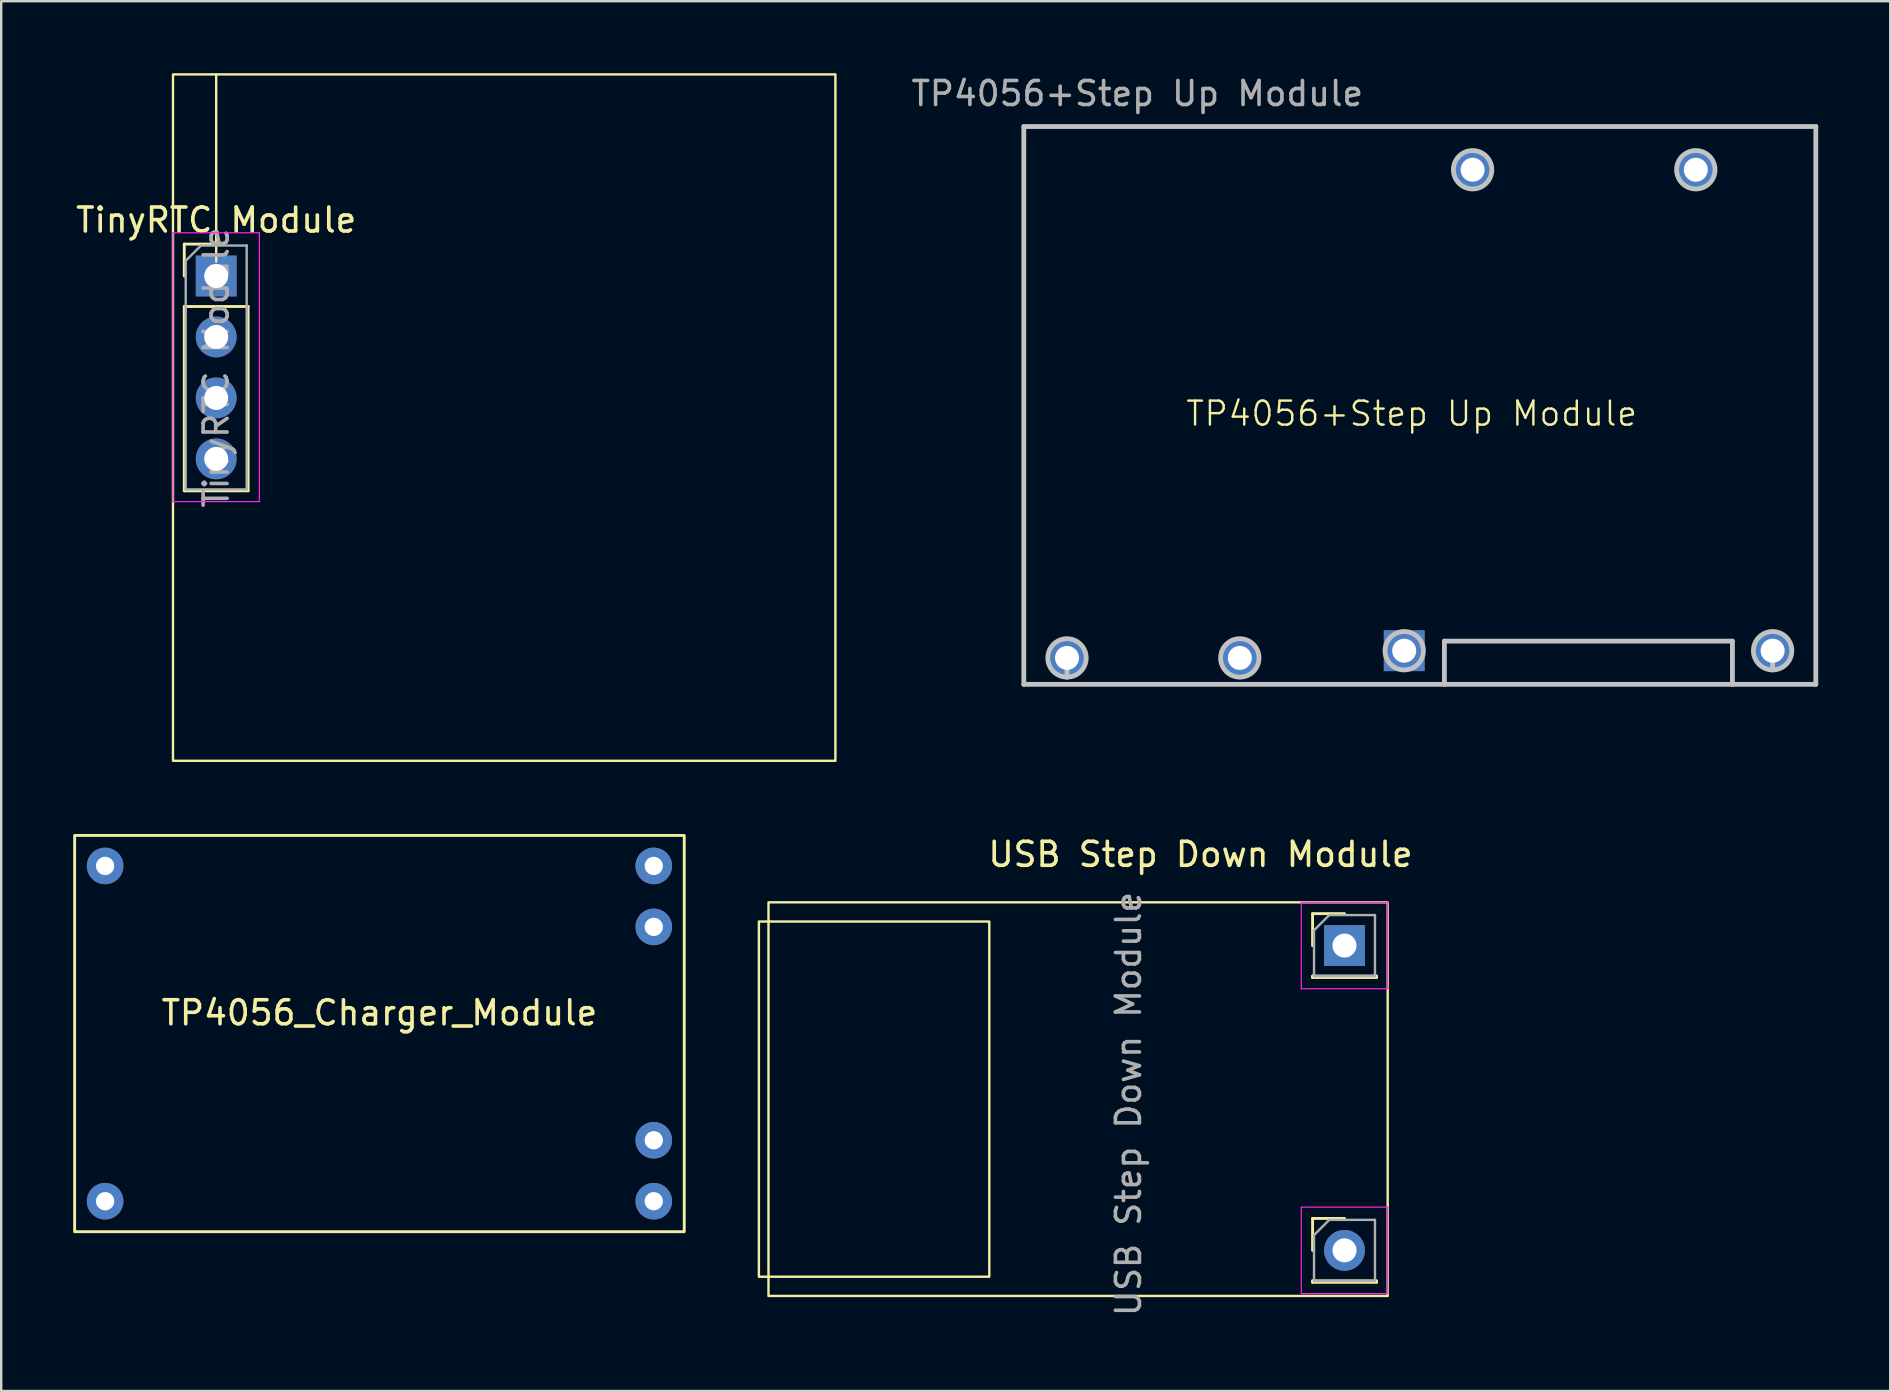
<source format=kicad_pcb>
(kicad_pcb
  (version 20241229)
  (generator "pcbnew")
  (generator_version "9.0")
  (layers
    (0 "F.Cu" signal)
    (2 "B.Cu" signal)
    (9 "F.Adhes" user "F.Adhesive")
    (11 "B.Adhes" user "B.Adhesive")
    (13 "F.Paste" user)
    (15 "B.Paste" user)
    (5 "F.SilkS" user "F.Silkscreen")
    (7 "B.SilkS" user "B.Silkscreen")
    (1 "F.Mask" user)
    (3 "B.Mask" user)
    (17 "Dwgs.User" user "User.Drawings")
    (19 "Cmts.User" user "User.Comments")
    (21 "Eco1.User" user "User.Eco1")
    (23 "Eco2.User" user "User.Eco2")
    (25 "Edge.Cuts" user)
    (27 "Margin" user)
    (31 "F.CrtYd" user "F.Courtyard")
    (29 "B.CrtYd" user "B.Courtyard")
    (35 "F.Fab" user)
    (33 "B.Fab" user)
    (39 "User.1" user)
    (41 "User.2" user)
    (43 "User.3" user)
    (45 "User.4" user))
  (footprint "TP4056+Step Up Module"
    (layer "F.Cu")
    (at 55.768 14.183)
    (property "Reference" "TP4056+Step Up Module" (at 0 0 0) (unlocked yes) (layer "F.SilkS") (effects (font (size 1 1) (thickness 0.1))))
    (attr through_hole)
    (fp_line (start -16.16 -11.96) (end -16.16 11.28) (stroke (width 0.2) (type solid)) (layer "Dwgs.User"))
    (fp_line (start -16.16 -11.96) (end 16.84 -11.96) (stroke (width 0.2) (type solid)) (layer "Dwgs.User"))
    (fp_line (start -16.16 11.28) (end 16.84 11.28) (stroke (width 0.2) (type solid)) (layer "Dwgs.User"))
    (fp_line (start -14.36 10.18) (end -14.36 10.98) (stroke (width 0.2) (type solid)) (layer "Dwgs.User"))
    (fp_line (start 1.365 9.48) (end 1.365 11.28) (stroke (width 0.2) (type solid)) (layer "Dwgs.User"))
    (fp_line (start 1.365 9.48) (end 13.365 9.48) (stroke (width 0.2) (type solid)) (layer "Dwgs.User"))
    (fp_line (start 13.365 9.48) (end 13.365 11.28) (stroke (width 0.2) (type solid)) (layer "Dwgs.User"))
    (fp_line (start 15.04 9.88) (end 15.04 10.68) (stroke (width 0.2) (type solid)) (layer "Dwgs.User"))
    (fp_line (start 16.84 -11.96) (end 16.84 11.28) (stroke (width 0.2) (type solid)) (layer "Dwgs.User"))
    (fp_circle (center -14.36 10.18) (end -13.56 10.18) (stroke (width 0.2) (type solid)) (fill no) (layer "Dwgs.User"))
    (fp_circle (center -7.16 10.18) (end -6.36 10.18) (stroke (width 0.2) (type solid)) (fill no) (layer "Dwgs.User"))
    (fp_circle (center -0.31 9.88) (end 0.49 9.88) (stroke (width 0.2) (type solid)) (fill no) (layer "Dwgs.User"))
    (fp_circle (center 2.54 -10.16) (end 3.34 -10.16) (stroke (width 0.2) (type solid)) (fill no) (layer "Dwgs.User"))
    (fp_circle (center 11.84 -10.16) (end 12.64 -10.16) (stroke (width 0.2) (type solid)) (fill no) (layer "Dwgs.User"))
    (fp_circle (center 15.04 9.88) (end 15.84 9.88) (stroke (width 0.2) (type solid)) (fill no) (layer "Dwgs.User"))
    (fp_text user "${REFERENCE}" (at -11.43 -13.335 0) (unlocked yes) (layer "F.Fab") (effects (font (size 1 1) (thickness 0.15))))
    (pad "1" thru_hole rect (at -0.31 9.88) (size 1.7 1.7) (drill 1) (layers "*.Cu" "*.Mask"))
    (pad "2" thru_hole oval (at 15.04 9.88) (size 1.7 1.7) (drill 1) (layers "*.Cu" "*.Mask"))
    (pad "3" thru_hole oval (at 2.54 -10.16) (size 1.7 1.7) (drill 1) (layers "*.Cu" "*.Mask"))
    (pad "4" thru_hole oval (at 11.84 -10.16) (size 1.7 1.7) (drill 1) (layers "*.Cu" "*.Mask"))
    (pad "5" thru_hole oval (at -14.36 10.18) (size 1.7 1.7) (drill 1) (layers "*.Cu" "*.Mask"))
    (pad "6" thru_hole oval (at -7.16 10.18) (size 1.7 1.7) (drill 1) (layers "*.Cu" "*.Mask")))
  (footprint "USB Step Down Module"
    (layer "F.Cu")
    (at 52.97 36.348)
    (property "Reference" "USB Step Down Module" (at -6 -3.8 0) (layer "F.SilkS") (effects (font (size 1 1) (thickness 0.15))))
    (attr through_hole)
    (fp_line (start -1.33 -1.33) (end 0 -1.33) (stroke (width 0.12) (type solid)) (layer "F.SilkS"))
    (fp_line (start -1.33 0) (end -1.33 -1.33) (stroke (width 0.12) (type solid)) (layer "F.SilkS"))
    (fp_line (start -1.33 1.27) (end -1.33 1.33) (stroke (width 0.12) (type solid)) (layer "F.SilkS"))
    (fp_line (start -1.33 1.27) (end 1.33 1.27) (stroke (width 0.12) (type solid)) (layer "F.SilkS"))
    (fp_line (start -1.33 1.33) (end 1.33 1.33) (stroke (width 0.12) (type solid)) (layer "F.SilkS"))
    (fp_line (start -1.33 11.37) (end 0 11.37) (stroke (width 0.12) (type solid)) (layer "F.SilkS"))
    (fp_line (start -1.33 12.7) (end -1.33 11.37) (stroke (width 0.12) (type solid)) (layer "F.SilkS"))
    (fp_line (start -1.33 13.97) (end -1.33 14.03) (stroke (width 0.12) (type solid)) (layer "F.SilkS"))
    (fp_line (start -1.33 13.97) (end 1.33 13.97) (stroke (width 0.12) (type solid)) (layer "F.SilkS"))
    (fp_line (start -1.33 14.03) (end 1.33 14.03) (stroke (width 0.12) (type solid)) (layer "F.SilkS"))
    (fp_line (start 1.33 1.27) (end 1.33 1.33) (stroke (width 0.12) (type solid)) (layer "F.SilkS"))
    (fp_line (start 1.33 13.97) (end 1.33 14.03) (stroke (width 0.12) (type solid)) (layer "F.SilkS"))
    (fp_rect (start -24.4 -1) (end -14.8 13.8) (stroke (width 0.1) (type default)) (fill no) (layer "F.SilkS"))
    (fp_rect (start -24 -1.8) (end 1.8 14.6) (stroke (width 0.1) (type default)) (fill no) (layer "F.SilkS"))
    (fp_line (start -1.8 -1.8) (end -1.8 1.8) (stroke (width 0.05) (type solid)) (layer "F.CrtYd"))
    (fp_line (start -1.8 1.8) (end 1.8 1.8) (stroke (width 0.05) (type solid)) (layer "F.CrtYd"))
    (fp_line (start -1.8 10.9) (end -1.8 14.5) (stroke (width 0.05) (type solid)) (layer "F.CrtYd"))
    (fp_line (start -1.8 14.5) (end 1.8 14.5) (stroke (width 0.05) (type solid)) (layer "F.CrtYd"))
    (fp_line (start 1.8 -1.8) (end -1.8 -1.8) (stroke (width 0.05) (type solid)) (layer "F.CrtYd"))
    (fp_line (start 1.8 1.8) (end 1.8 -1.8) (stroke (width 0.05) (type solid)) (layer "F.CrtYd"))
    (fp_line (start 1.8 10.9) (end -1.8 10.9) (stroke (width 0.05) (type solid)) (layer "F.CrtYd"))
    (fp_line (start 1.8 14.5) (end 1.8 10.9) (stroke (width 0.05) (type solid)) (layer "F.CrtYd"))
    (fp_line (start -1.27 -0.635) (end -0.635 -1.27) (stroke (width 0.1) (type solid)) (layer "F.Fab"))
    (fp_line (start -1.27 1.27) (end -1.27 -0.635) (stroke (width 0.1) (type solid)) (layer "F.Fab"))
    (fp_line (start -1.27 12.065) (end -0.635 11.43) (stroke (width 0.1) (type solid)) (layer "F.Fab"))
    (fp_line (start -1.27 13.97) (end -1.27 12.065) (stroke (width 0.1) (type solid)) (layer "F.Fab"))
    (fp_line (start -0.635 -1.27) (end 1.27 -1.27) (stroke (width 0.1) (type solid)) (layer "F.Fab"))
    (fp_line (start -0.635 11.43) (end 1.27 11.43) (stroke (width 0.1) (type solid)) (layer "F.Fab"))
    (fp_line (start 1.27 -1.27) (end 1.27 1.27) (stroke (width 0.1) (type solid)) (layer "F.Fab"))
    (fp_line (start 1.27 1.27) (end -1.27 1.27) (stroke (width 0.1) (type solid)) (layer "F.Fab"))
    (fp_line (start 1.27 11.43) (end 1.27 13.97) (stroke (width 0.1) (type solid)) (layer "F.Fab"))
    (fp_line (start 1.27 13.97) (end -1.27 13.97) (stroke (width 0.1) (type solid)) (layer "F.Fab"))
    (fp_text user "${REFERENCE}" (at -9 6.6 90) (layer "F.Fab") (effects (font (size 1 1) (thickness 0.15))))
    (pad "1" thru_hole rect (at 0 0) (size 1.7 1.7) (drill 1) (layers "*.Cu" "*.Mask"))
    (pad "2" thru_hole circle (at 0 12.7) (size 1.7 1.7) (drill 1) (layers "*.Cu" "*.Mask")))
  (footprint "TinyRTC Module"
    (layer "F.Cu")
    (at 5.958 8.45)
    (property "Reference" "TinyRTC Module" (at 0 -2.33 0) (layer "F.SilkS") (effects (font (size 1 1) (thickness 0.15))))
    (attr through_hole)
    (fp_line (start -1.33 -1.33) (end 0 -1.33) (stroke (width 0.12) (type solid)) (layer "F.SilkS"))
    (fp_line (start -1.33 0) (end -1.33 -1.33) (stroke (width 0.12) (type solid)) (layer "F.SilkS"))
    (fp_line (start -1.33 1.27) (end -1.33 8.95) (stroke (width 0.12) (type solid)) (layer "F.SilkS"))
    (fp_line (start -1.33 1.27) (end 1.33 1.27) (stroke (width 0.12) (type solid)) (layer "F.SilkS"))
    (fp_line (start -1.33 8.95) (end 1.33 8.95) (stroke (width 0.12) (type solid)) (layer "F.SilkS"))
    (fp_line (start 0 -8.4) (end 0 -0.6) (stroke (width 0.1) (type default)) (layer "F.SilkS"))
    (fp_line (start 1.33 1.27) (end 1.33 8.95) (stroke (width 0.12) (type solid)) (layer "F.SilkS"))
    (fp_rect (start -1.8 -8.4) (end 25.8 20.2) (stroke (width 0.1) (type default)) (fill no) (layer "F.SilkS"))
    (fp_line (start -1.8 -1.8) (end -1.8 9.4) (stroke (width 0.05) (type solid)) (layer "F.CrtYd"))
    (fp_line (start -1.8 9.4) (end 1.8 9.4) (stroke (width 0.05) (type solid)) (layer "F.CrtYd"))
    (fp_line (start 1.8 -1.8) (end -1.8 -1.8) (stroke (width 0.05) (type solid)) (layer "F.CrtYd"))
    (fp_line (start 1.8 9.4) (end 1.8 -1.8) (stroke (width 0.05) (type solid)) (layer "F.CrtYd"))
    (fp_line (start -1.27 -0.635) (end -0.635 -1.27) (stroke (width 0.1) (type solid)) (layer "F.Fab"))
    (fp_line (start -1.27 8.89) (end -1.27 -0.635) (stroke (width 0.1) (type solid)) (layer "F.Fab"))
    (fp_line (start -0.635 -1.27) (end 1.27 -1.27) (stroke (width 0.1) (type solid)) (layer "F.Fab"))
    (fp_line (start 1.27 -1.27) (end 1.27 8.89) (stroke (width 0.1) (type solid)) (layer "F.Fab"))
    (fp_line (start 1.27 8.89) (end -1.27 8.89) (stroke (width 0.1) (type solid)) (layer "F.Fab"))
    (fp_text user "${REFERENCE}" (at 0 3.81 90) (layer "F.Fab") (effects (font (size 1 1) (thickness 0.15))))
    (pad "1" thru_hole rect (at 0 0) (size 1.7 1.7) (drill 1) (layers "*.Cu" "*.Mask"))
    (pad "2" thru_hole oval (at 0 2.54) (size 1.7 1.7) (drill 1) (layers "*.Cu" "*.Mask"))
    (pad "3" thru_hole oval (at 0 5.08) (size 1.7 1.7) (drill 1) (layers "*.Cu" "*.Mask"))
    (pad "4" thru_hole circle (at 0 7.62) (size 1.7 1.7) (drill 1) (layers "*.Cu" "*.Mask")))
  (footprint "TP4056_Charger_Module"
    (layer "F.Cu")
    (at 12.76 39.38)
    (property "Reference" "TP4056_Charger_Module" (at 0 -0.23 0) (unlocked yes) (layer "F.SilkS") (effects (font (size 1 1) (thickness 0.15))))
    (attr through_hole)
    (fp_rect (start -12.7 -7.62) (end 12.7 8.89) (stroke (width 0.12) (type solid)) (fill no) (layer "F.SilkS"))
    (pad "1" thru_hole circle (at -11.43 -6.35) (size 1.524 1.524) (drill 0.762) (layers "*.Cu" "*.Mask"))
    (pad "2" thru_hole circle (at -11.43 7.62) (size 1.524 1.524) (drill 0.762) (layers "*.Cu" "*.Mask"))
    (pad "3" thru_hole circle (at 11.43 -3.81) (size 1.524 1.524) (drill 0.762) (layers "*.Cu" "*.Mask"))
    (pad "4" thru_hole circle (at 11.43 5.08) (size 1.524 1.524) (drill 0.762) (layers "*.Cu" "*.Mask"))
    (pad "5" thru_hole circle (at 11.43 -6.35) (size 1.524 1.524) (drill 0.762) (layers "*.Cu" "*.Mask"))
    (pad "6" thru_hole circle (at 11.43 7.62) (size 1.524 1.524) (drill 0.762) (layers "*.Cu" "*.Mask")))
  (gr_rect
    (start -3 -3)
    (end 75.708 54.907)
    (stroke (width 0.1) (type default))
    (fill no)
    (layer "Edge.Cuts")))
</source>
